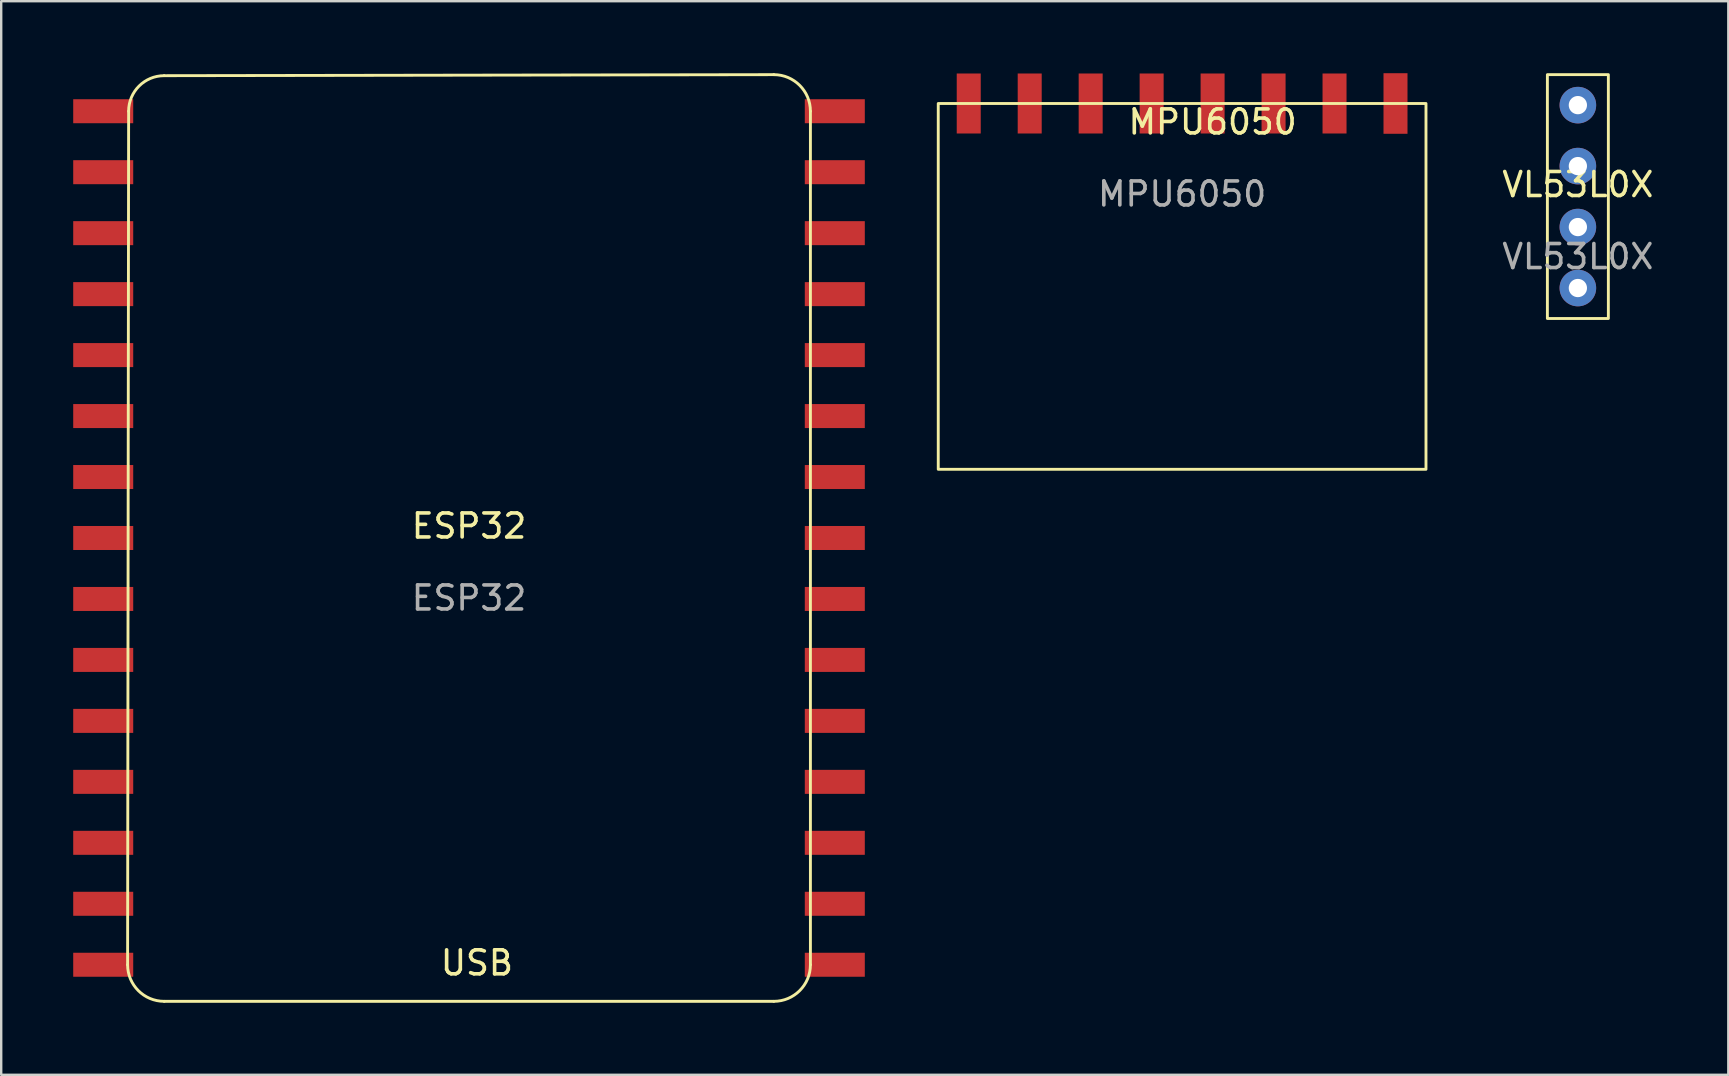
<source format=kicad_pcb>
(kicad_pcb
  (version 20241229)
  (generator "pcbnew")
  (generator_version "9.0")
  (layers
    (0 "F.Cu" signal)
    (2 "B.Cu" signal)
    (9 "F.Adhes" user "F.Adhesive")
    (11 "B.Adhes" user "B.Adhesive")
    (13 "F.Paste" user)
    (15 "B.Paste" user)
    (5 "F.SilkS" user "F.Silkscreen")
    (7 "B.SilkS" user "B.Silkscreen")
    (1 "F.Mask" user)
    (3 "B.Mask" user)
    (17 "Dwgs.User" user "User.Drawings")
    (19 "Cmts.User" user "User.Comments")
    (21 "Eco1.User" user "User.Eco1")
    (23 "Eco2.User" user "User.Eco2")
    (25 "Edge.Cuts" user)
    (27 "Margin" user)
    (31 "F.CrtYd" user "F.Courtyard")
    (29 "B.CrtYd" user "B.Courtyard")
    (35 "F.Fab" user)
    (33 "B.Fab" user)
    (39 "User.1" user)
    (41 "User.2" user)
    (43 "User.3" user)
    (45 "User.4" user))
  (footprint "ESP32"
    (layer "F.Cu")
    (at 16.49 19.364)
    (property "Reference" "ESP32" (at 0 -0.5 0) (unlocked yes) (layer "F.SilkS") (effects (font (size 1 1) (thickness 0.15))))
    (attr smd)
    (fp_line (start -14.181 -17.78) (end -14.224 17.78) (stroke (width 0.12) (type default)) (layer "F.SilkS"))
    (fp_line (start 12.7 -19.304) (end -12.7 -19.261) (stroke (width 0.12) (type default)) (layer "F.SilkS"))
    (fp_line (start 12.7 19.304) (end -12.7 19.304) (stroke (width 0.12) (type default)) (layer "F.SilkS"))
    (fp_line (start 14.224 -17.78) (end 14.224 17.78) (stroke (width 0.12) (type default)) (layer "F.SilkS"))
    (fp_arc (start -14.181061 -17.78) (mid -13.747268 -18.827268) (end -12.7 -19.261061) (stroke (width 0.12) (type default)) (layer "F.SilkS"))
    (fp_arc (start -12.7 19.304) (mid -13.777631 18.857631) (end -14.224 17.78) (stroke (width 0.12) (type default)) (layer "F.SilkS"))
    (fp_arc (start 12.7 -19.304) (mid 13.777631 -18.857631) (end 14.224 -17.78) (stroke (width 0.12) (type default)) (layer "F.SilkS"))
    (fp_arc (start 14.224 17.78) (mid 13.777631 18.857631) (end 12.7 19.304) (stroke (width 0.12) (type default)) (layer "F.SilkS"))
    (fp_text user "USB" (at -1.27 18.288 0) (unlocked yes) (layer "F.SilkS") (effects (font (size 1 1) (thickness 0.15)) (justify left bottom)))
    (fp_text user "${REFERENCE}" (at 0 2.5 0) (unlocked yes) (layer "F.Fab") (effects (font (size 1 1) (thickness 0.15))))
    (pad "1" smd rect (at -15.24 -17.78) (size 2.5 1) (layers "F.Cu" "F.Mask" "F.Paste"))
    (pad "2" smd rect (at -15.24 -15.24) (size 2.5 1) (layers "F.Cu" "F.Mask" "F.Paste"))
    (pad "3" smd rect (at -15.24 -12.7) (size 2.5 1) (layers "F.Cu" "F.Mask" "F.Paste"))
    (pad "4" smd rect (at -15.24 -10.16) (size 2.5 1) (layers "F.Cu" "F.Mask" "F.Paste"))
    (pad "5" smd rect (at -15.24 -7.62) (size 2.5 1) (layers "F.Cu" "F.Mask" "F.Paste"))
    (pad "6" smd rect (at -15.24 -5.08) (size 2.5 1) (layers "F.Cu" "F.Mask" "F.Paste"))
    (pad "7" smd rect (at -15.24 -2.54) (size 2.5 1) (layers "F.Cu" "F.Mask" "F.Paste"))
    (pad "8" smd rect (at -15.24 0) (size 2.5 1) (layers "F.Cu" "F.Mask" "F.Paste"))
    (pad "9" smd rect (at -15.24 2.54) (size 2.5 1) (layers "F.Cu" "F.Mask" "F.Paste"))
    (pad "10" smd rect (at -15.24 5.08) (size 2.5 1) (layers "F.Cu" "F.Mask" "F.Paste"))
    (pad "11" smd rect (at -15.24 7.62) (size 2.5 1) (layers "F.Cu" "F.Mask" "F.Paste"))
    (pad "12" smd rect (at -15.24 10.16) (size 2.5 1) (layers "F.Cu" "F.Mask" "F.Paste"))
    (pad "13" smd rect (at -15.24 12.7) (size 2.5 1) (layers "F.Cu" "F.Mask" "F.Paste"))
    (pad "14" smd rect (at -15.24 15.24) (size 2.5 1) (layers "F.Cu" "F.Mask" "F.Paste"))
    (pad "15" smd rect (at -15.24 17.78) (size 2.5 1) (layers "F.Cu" "F.Mask" "F.Paste"))
    (pad "16" smd rect (at 15.24 17.78) (size 2.5 1) (layers "F.Cu" "F.Mask" "F.Paste"))
    (pad "17" smd rect (at 15.24 15.24) (size 2.5 1) (layers "F.Cu" "F.Mask" "F.Paste"))
    (pad "18" smd rect (at 15.24 12.7) (size 2.5 1) (layers "F.Cu" "F.Mask" "F.Paste"))
    (pad "19" smd rect (at 15.24 10.16) (size 2.5 1) (layers "F.Cu" "F.Mask" "F.Paste"))
    (pad "20" smd rect (at 15.24 7.62) (size 2.5 1) (layers "F.Cu" "F.Mask" "F.Paste"))
    (pad "21" smd rect (at 15.24 5.08) (size 2.5 1) (layers "F.Cu" "F.Mask" "F.Paste"))
    (pad "22" smd rect (at 15.24 2.54) (size 2.5 1) (layers "F.Cu" "F.Mask" "F.Paste"))
    (pad "23" smd rect (at 15.24 0) (size 2.5 1) (layers "F.Cu" "F.Mask" "F.Paste"))
    (pad "24" smd rect (at 15.24 -2.54) (size 2.5 1) (layers "F.Cu" "F.Mask" "F.Paste"))
    (pad "25" smd rect (at 15.24 -5.08) (size 2.5 1) (layers "F.Cu" "F.Mask" "F.Paste"))
    (pad "26" smd rect (at 15.24 -7.62) (size 2.5 1) (layers "F.Cu" "F.Mask" "F.Paste"))
    (pad "27" smd rect (at 15.24 -10.16) (size 2.5 1) (layers "F.Cu" "F.Mask" "F.Paste"))
    (pad "28" smd rect (at 15.24 -12.7) (size 2.5 1) (layers "F.Cu" "F.Mask" "F.Paste"))
    (pad "29" smd rect (at 15.24 -15.24) (size 2.5 1) (layers "F.Cu" "F.Mask" "F.Paste"))
    (pad "30" smd rect (at 15.24 -17.78) (size 2.5 1) (layers "F.Cu" "F.Mask" "F.Paste")))
  (footprint "MPU6050"
    (layer "F.Cu")
    (at 46.2 2.532)
    (property "Reference" "MPU6050" (at 1.27 -0.5 0) (unlocked yes) (layer "F.SilkS") (effects (font (size 1 1) (thickness 0.15))))
    (attr through_hole)
    (fp_rect (start -10.16 -1.27) (end 10.16 13.97) (stroke (width 0.12) (type default)) (fill no) (layer "F.SilkS"))
    (fp_text user "${REFERENCE}" (at 0 2.5 0) (unlocked yes) (layer "F.Fab") (effects (font (size 1 1) (thickness 0.15))))
    (pad "1" smd rect (at 8.89 -1.27 90) (size 2.524 1) (layers "F.Cu" "F.Mask" "F.Paste"))
    (pad "2" smd rect (at 6.35 -1.27) (size 1 2.5) (layers "F.Cu" "F.Mask" "F.Paste"))
    (pad "3" smd rect (at 3.81 -1.27) (size 1 2.5) (layers "F.Cu" "F.Mask" "F.Paste"))
    (pad "4" smd rect (at 1.27 -1.27) (size 1 2.5) (layers "F.Cu" "F.Mask" "F.Paste"))
    (pad "5" smd rect (at -1.27 -1.27) (size 1 2.5) (layers "F.Cu" "F.Mask" "F.Paste"))
    (pad "6" smd rect (at -3.81 -1.27) (size 1 2.5) (layers "F.Cu" "F.Mask" "F.Paste"))
    (pad "7" smd rect (at -6.35 -1.27) (size 1 2.5) (layers "F.Cu" "F.Mask" "F.Paste"))
    (pad "8" smd rect (at -8.89 -1.27) (size 1 2.5) (layers "F.Cu" "F.Mask" "F.Paste")))
  (footprint "VL53L0X"
    (layer "F.Cu")
    (at 62.688 5.14)
    (property "Reference" "VL53L0X" (at 0 -0.5 0) (unlocked yes) (layer "F.SilkS") (effects (font (size 1 1) (thickness 0.15))))
    (attr through_hole)
    (fp_rect (start -1.27 -5.08) (end 1.27 5.08) (stroke (width 0.12) (type default)) (fill no) (layer "F.SilkS"))
    (fp_text user "${REFERENCE}" (at 0 2.5 0) (unlocked yes) (layer "F.Fab") (effects (font (size 1 1) (thickness 0.15))))
    (pad "1" thru_hole circle (at 0 -3.81) (size 1.524 1.524) (drill 0.762) (layers "*.Cu" "*.Mask"))
    (pad "2" thru_hole circle (at 0 -1.27) (size 1.524 1.524) (drill 0.762) (layers "*.Cu" "*.Mask"))
    (pad "3" thru_hole circle (at 0 1.27) (size 1.524 1.524) (drill 0.762) (layers "*.Cu" "*.Mask"))
    (pad "4" thru_hole circle (at 0 3.81) (size 1.524 1.524) (drill 0.762) (layers "*.Cu" "*.Mask")))
  (gr_rect
    (start -3 -3)
    (end 68.956 41.728)
    (stroke (width 0.1) (type default))
    (fill no)
    (layer "Edge.Cuts")))
</source>
